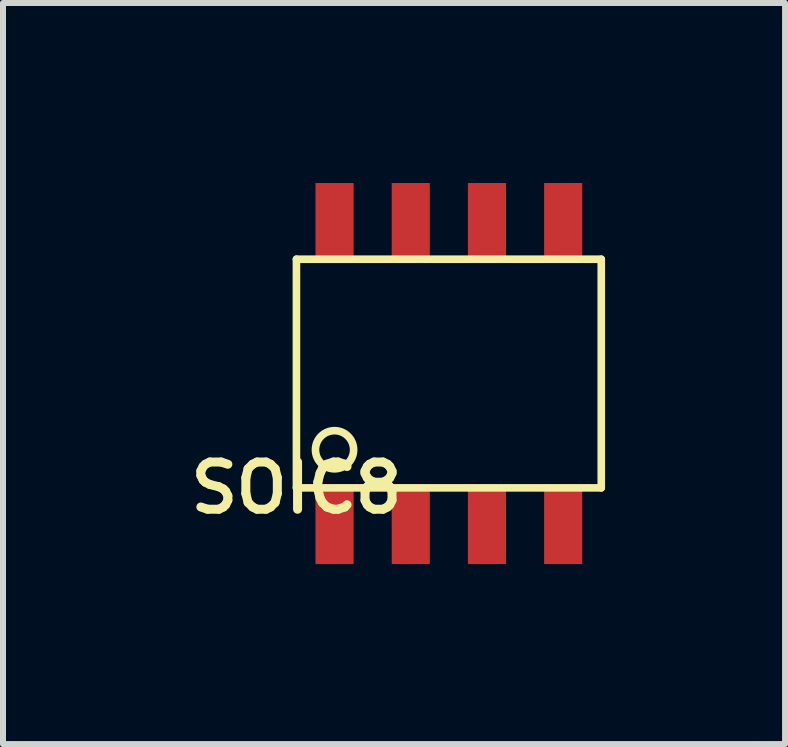
<source format=kicad_pcb>
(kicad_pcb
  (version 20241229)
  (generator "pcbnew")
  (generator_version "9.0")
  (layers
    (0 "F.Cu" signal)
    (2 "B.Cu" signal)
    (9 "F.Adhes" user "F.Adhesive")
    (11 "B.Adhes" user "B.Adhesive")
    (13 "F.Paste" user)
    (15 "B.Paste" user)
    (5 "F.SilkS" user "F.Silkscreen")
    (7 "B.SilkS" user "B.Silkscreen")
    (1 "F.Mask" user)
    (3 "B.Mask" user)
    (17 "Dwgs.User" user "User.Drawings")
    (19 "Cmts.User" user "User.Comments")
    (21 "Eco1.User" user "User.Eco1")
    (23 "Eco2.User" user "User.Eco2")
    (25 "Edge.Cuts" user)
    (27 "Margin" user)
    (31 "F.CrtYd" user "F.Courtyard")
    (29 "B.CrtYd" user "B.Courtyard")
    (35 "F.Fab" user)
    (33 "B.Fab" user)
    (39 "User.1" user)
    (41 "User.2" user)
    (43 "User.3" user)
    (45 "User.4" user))
  (footprint "SOIC8"
    (layer "F.Cu")
    (at 1.89 5.08)
    (property "Reference" "SOIC8" (at 0 0 0) (layer "F.SilkS") (effects (font (size 0.787 0.787) (thickness 0.15))))
    (attr smd)
    (fp_line (start 0 -3.81) (end 0 0) (stroke (width 0.127) (type solid)) (layer "F.SilkS"))
    (fp_line (start 0 0) (end 5.08 0) (stroke (width 0.127) (type solid)) (layer "F.SilkS"))
    (fp_line (start 5.08 -3.81) (end 0 -3.81) (stroke (width 0.127) (type solid)) (layer "F.SilkS"))
    (fp_line (start 5.08 0) (end 5.08 -3.81) (stroke (width 0.127) (type solid)) (layer "F.SilkS"))
    (fp_circle (center 0.635 -0.635) (end 0.953 -0.635) (stroke (width 0.127) (type solid)) (fill no) (layer "F.SilkS"))
    (pad "PIN1" smd rect (at 0.635 0.635) (size 0.635 1.27) (layers "F.Cu" "F.Mask" "F.Paste"))
    (pad "PIN2" smd rect (at 1.905 0.635) (size 0.635 1.27) (layers "F.Cu" "F.Mask" "F.Paste"))
    (pad "PIN3" smd rect (at 3.175 0.635) (size 0.635 1.27) (layers "F.Cu" "F.Mask" "F.Paste"))
    (pad "PIN4" smd rect (at 4.445 0.635) (size 0.635 1.27) (layers "F.Cu" "F.Mask" "F.Paste"))
    (pad "PIN5" smd rect (at 4.445 -4.445) (size 0.635 1.27) (layers "F.Cu" "F.Mask" "F.Paste"))
    (pad "PIN6" smd rect (at 3.175 -4.445) (size 0.635 1.27) (layers "F.Cu" "F.Mask" "F.Paste"))
    (pad "PIN7" smd rect (at 1.905 -4.445) (size 0.635 1.27) (layers "F.Cu" "F.Mask" "F.Paste"))
    (pad "PIN8" smd rect (at 0.635 -4.445) (size 0.635 1.27) (layers "F.Cu" "F.Mask" "F.Paste")))
  (gr_rect
    (start -3 -3)
    (end 10.033 9.35)
    (stroke (width 0.1) (type default))
    (fill no)
    (layer "Edge.Cuts")))
</source>
